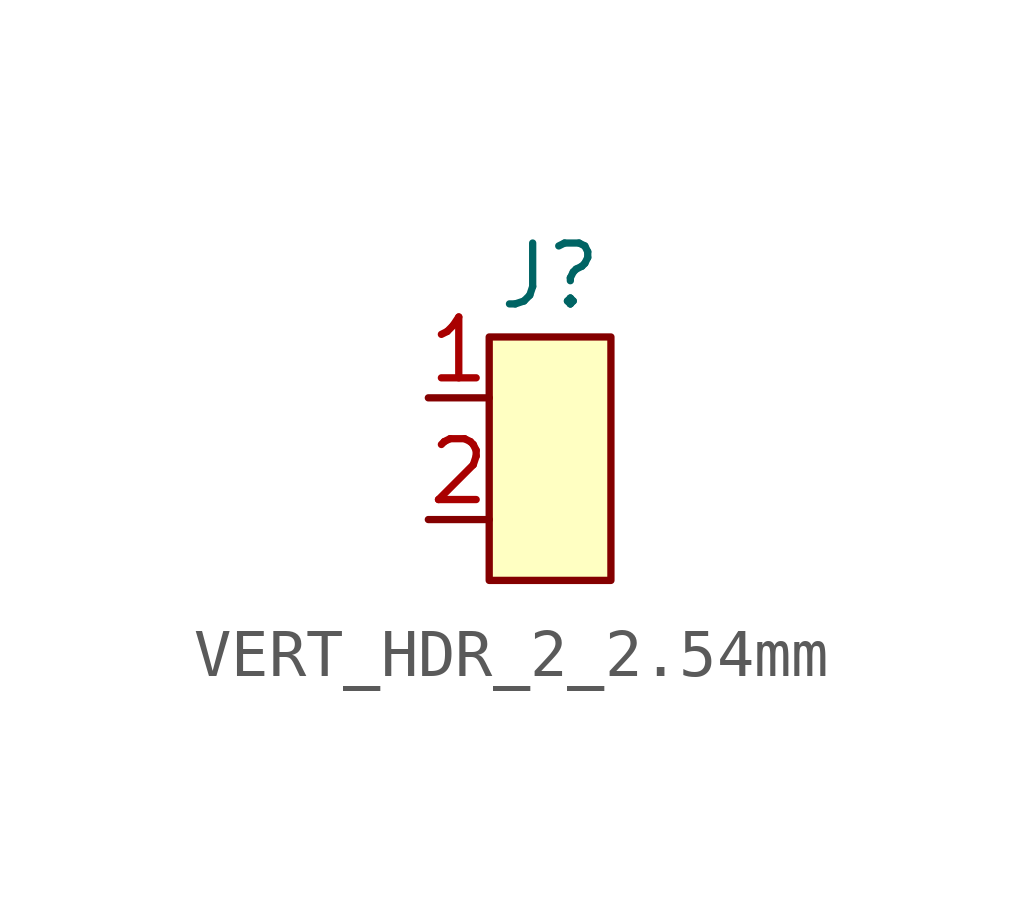
<source format=kicad_sym>
(kicad_symbol_lib
  (version 20231120)
  (generator "kicad_symbol_editor")
  (generator_version "8.0")
  (symbol "VERT_HDR_2_2.54mm"
    (property "Reference" "J"
      (at 0 3.81 0)
      (effects (font (size 1.27 1.27))))
    (symbol "VERT_HDR_2_2.54mm_1_1"
      (rectangle (start -1.27 2.54) (end 1.27 -2.54) (stroke (width 0) (type default)) (fill (type background)))
      (pin passive line (at -2.54 1.27 0) (length 1.27) (name "" (effects (font (size 1.27 1.27)))) (number "1" (effects (font (size 1.27 1.27)))))
      (pin passive line (at -2.54 -1.27 0) (length 1.27) (name "" (effects (font (size 1.27 1.27)))) (number "2" (effects (font (size 1.27 1.27))))))))
</source>
